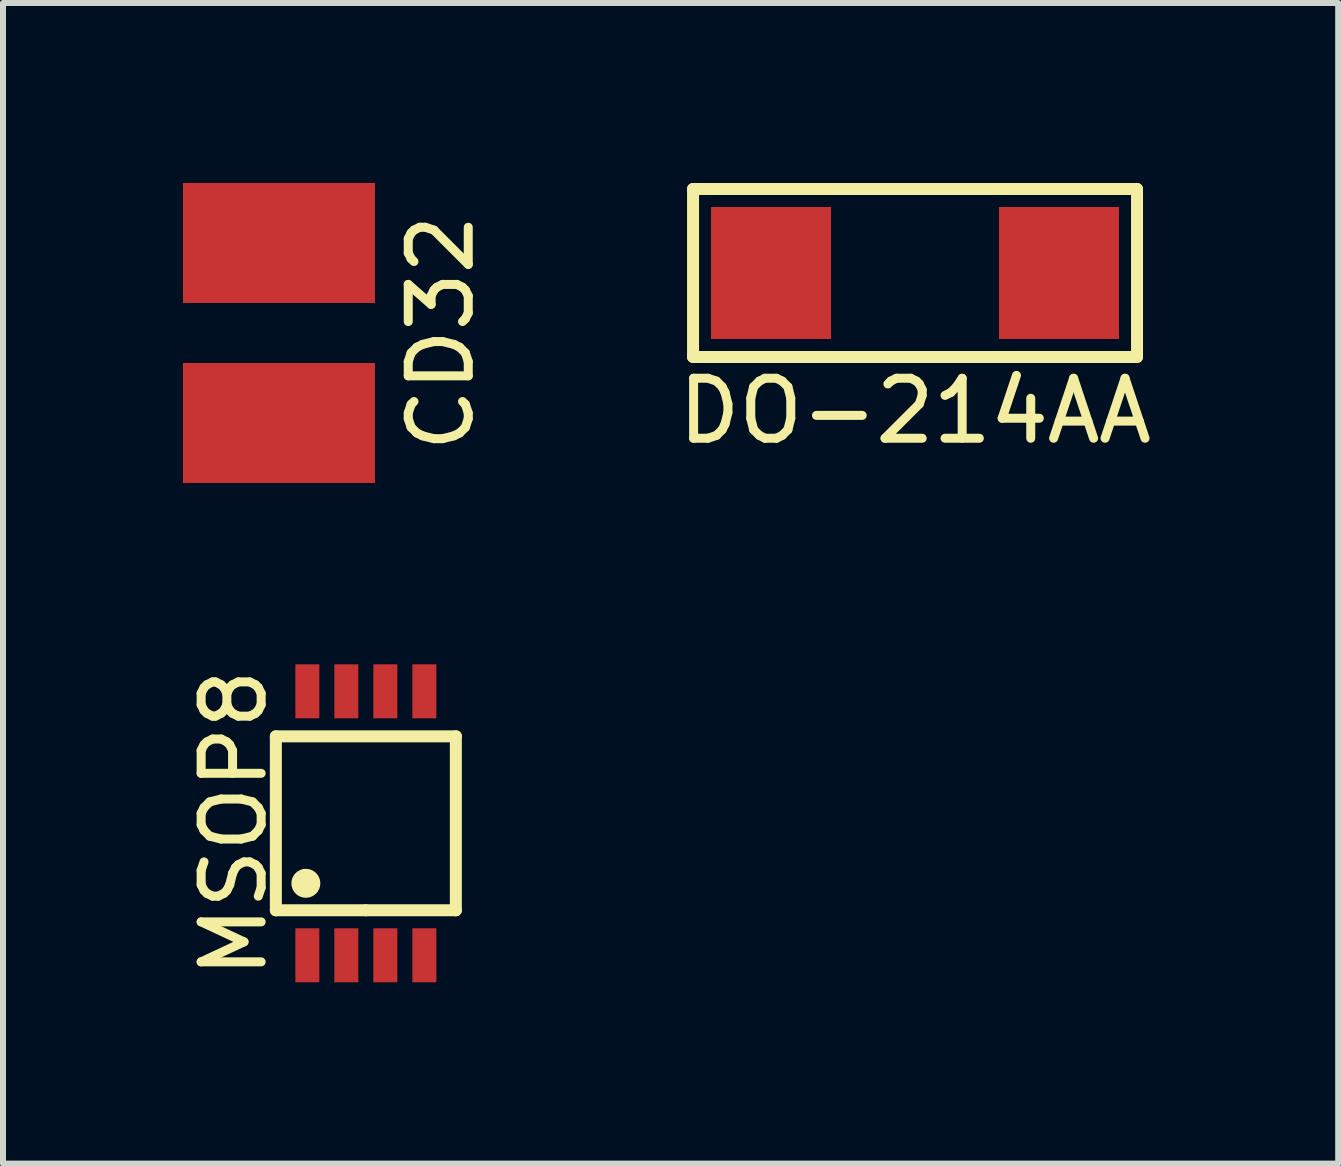
<source format=kicad_pcb>
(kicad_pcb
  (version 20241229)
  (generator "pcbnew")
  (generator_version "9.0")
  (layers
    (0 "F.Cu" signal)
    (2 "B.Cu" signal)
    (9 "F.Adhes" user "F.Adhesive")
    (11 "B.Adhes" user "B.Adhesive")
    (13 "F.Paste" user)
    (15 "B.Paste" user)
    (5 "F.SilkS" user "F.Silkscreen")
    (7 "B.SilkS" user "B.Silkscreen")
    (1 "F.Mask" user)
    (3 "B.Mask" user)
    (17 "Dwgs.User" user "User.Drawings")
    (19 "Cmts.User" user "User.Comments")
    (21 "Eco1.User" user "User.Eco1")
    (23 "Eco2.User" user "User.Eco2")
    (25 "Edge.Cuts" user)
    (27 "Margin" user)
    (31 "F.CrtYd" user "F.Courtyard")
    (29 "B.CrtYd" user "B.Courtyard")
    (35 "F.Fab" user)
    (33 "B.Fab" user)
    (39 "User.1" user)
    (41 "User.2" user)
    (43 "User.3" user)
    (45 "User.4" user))
  (footprint "MSOP8"
    (layer "F.Cu")
    (at 3.048 10.673)
    (property "Reference" "MSOP8" (at -2.2 0 90) (layer "F.SilkS") (effects (font (size 1 1) (thickness 0.15))))
    (attr through_hole)
    (fp_line (start -1.5 -1.45) (end 1.5 -1.45) (stroke (width 0.2) (type solid)) (layer "F.SilkS"))
    (fp_line (start -1.5 1.45) (end -1.5 -1.45) (stroke (width 0.2) (type solid)) (layer "F.SilkS"))
    (fp_line (start -1.05 1) (end -0.95 1) (stroke (width 0.2) (type solid)) (layer "F.SilkS"))
    (fp_line (start 0 1.45) (end -1.5 1.45) (stroke (width 0.2) (type solid)) (layer "F.SilkS"))
    (fp_line (start 1.5 -1.45) (end 1.5 1.45) (stroke (width 0.2) (type solid)) (layer "F.SilkS"))
    (fp_line (start 1.5 1.45) (end 0 1.45) (stroke (width 0.2) (type solid)) (layer "F.SilkS"))
    (fp_circle (center -1 1) (end -0.95 0.9) (stroke (width 0.2) (type solid)) (fill no) (layer "F.SilkS"))
    (fp_circle (center -1 1) (end -0.9 0.9) (stroke (width 0.2) (type solid)) (fill no) (layer "F.SilkS"))
    (fp_circle (center -1 1) (end -0.9 0.95) (stroke (width 0.2) (type solid)) (fill no) (layer "F.SilkS"))
    (pad "1" smd rect (at -0.975 2.2) (size 0.4 0.9) (layers "F.Cu" "F.Mask" "F.Paste"))
    (pad "2" smd rect (at -0.325 2.2) (size 0.4 0.9) (layers "F.Cu" "F.Mask" "F.Paste"))
    (pad "3" smd rect (at 0.325 2.2) (size 0.4 0.9) (layers "F.Cu" "F.Mask" "F.Paste"))
    (pad "4" smd rect (at 0.975 2.2) (size 0.4 0.9) (layers "F.Cu" "F.Mask" "F.Paste"))
    (pad "5" smd rect (at 0.975 -2.2) (size 0.4 0.9) (layers "F.Cu" "F.Mask" "F.Paste"))
    (pad "6" smd rect (at 0.325 -2.2) (size 0.4 0.9) (layers "F.Cu" "F.Mask" "F.Paste"))
    (pad "7" smd rect (at -0.325 -2.2) (size 0.4 0.9) (layers "F.Cu" "F.Mask" "F.Paste"))
    (pad "8" smd rect (at -0.975 -2.2) (size 0.4 0.9) (layers "F.Cu" "F.Mask" "F.Paste")))
  (footprint "DO-214AA"
    (layer "F.Cu")
    (at 12.202 1.5)
    (property "Reference" "DO-214AA" (at 0 2.3 0) (layer "F.SilkS") (effects (font (size 1 1) (thickness 0.15))))
    (attr through_hole)
    (fp_line (start -3.7 -1.4) (end 3.7 -1.4) (stroke (width 0.2) (type solid)) (layer "F.SilkS"))
    (fp_line (start -3.7 1.4) (end -3.7 -1.4) (stroke (width 0.2) (type solid)) (layer "F.SilkS"))
    (fp_line (start 3.7 -1.4) (end 3.7 1.4) (stroke (width 0.2) (type solid)) (layer "F.SilkS"))
    (fp_line (start 3.7 1.4) (end -3.7 1.4) (stroke (width 0.2) (type solid)) (layer "F.SilkS"))
    (pad "1" smd rect (at 2.4 0 90) (size 2.2 2) (layers "F.Cu" "F.Mask" "F.Paste"))
    (pad "2" smd rect (at -2.4 0 90) (size 2.2 2) (layers "F.Cu" "F.Mask" "F.Paste")))
  (footprint "CD32"
    (layer "F.Cu")
    (at 1.6 2.5)
    (property "Reference" "CD32" (at 2.7 0 90) (layer "F.SilkS") (effects (font (size 1 1) (thickness 0.15))))
    (attr through_hole)
    (pad "1" smd rect (at 0 -1.5) (size 3.2 2) (layers "F.Cu" "F.Mask" "F.Paste"))
    (pad "2" smd rect (at 0 1.5) (size 3.2 2) (layers "F.Cu" "F.Mask" "F.Paste")))
  (gr_rect
    (start -3 -3)
    (end 19.255 16.345)
    (stroke (width 0.1) (type default))
    (fill no)
    (layer "Edge.Cuts")))
</source>
